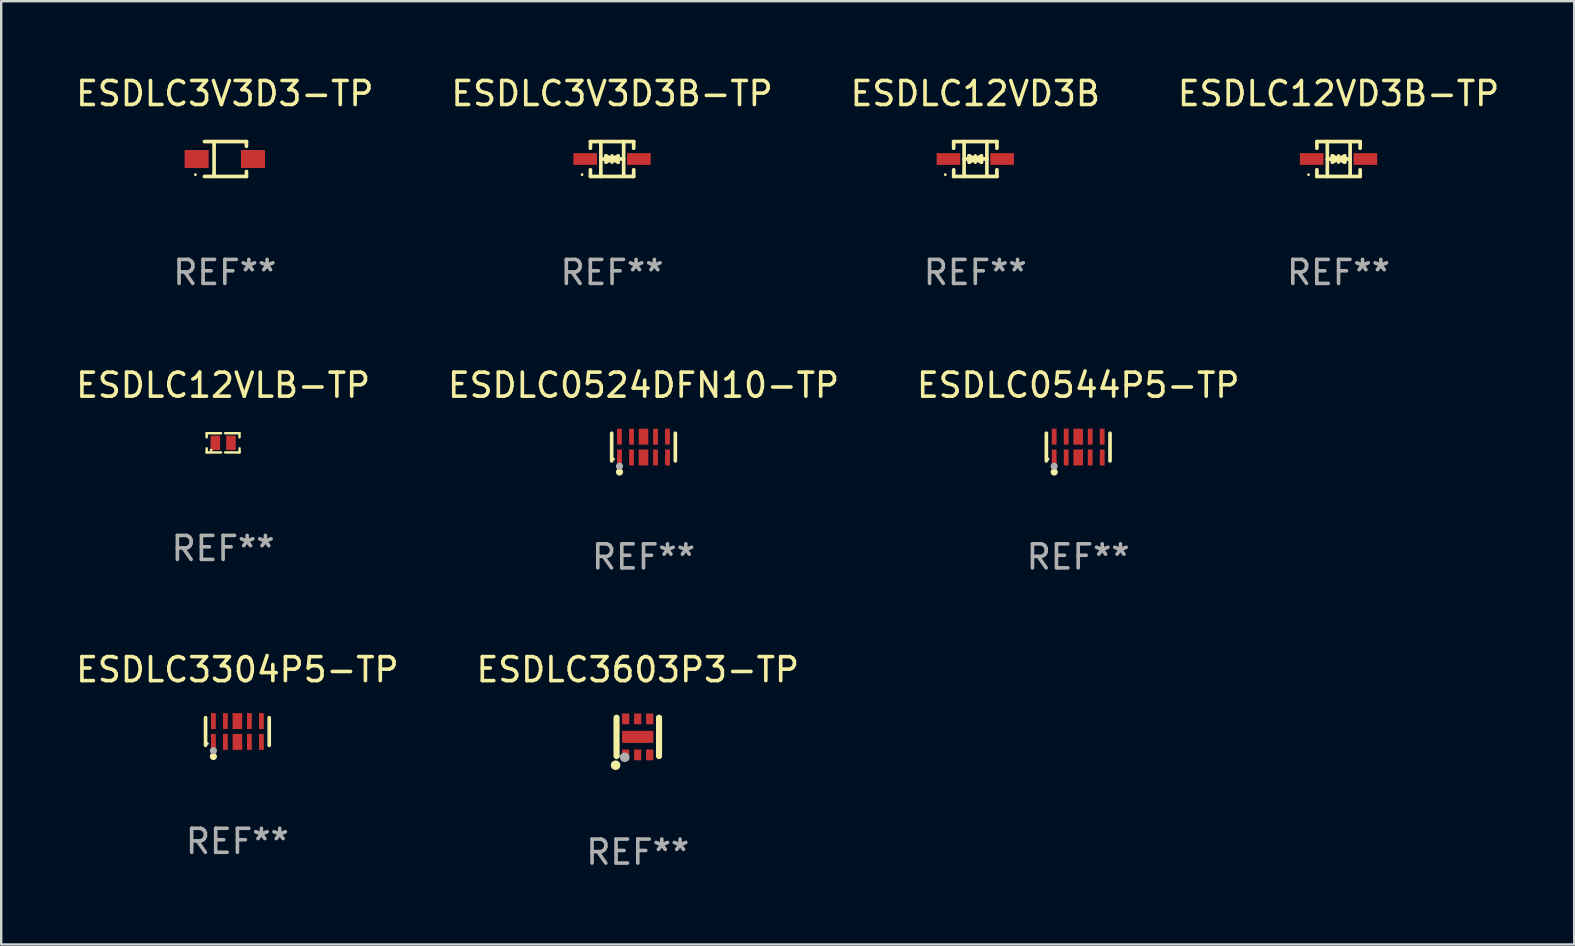
<source format=kicad_pcb>
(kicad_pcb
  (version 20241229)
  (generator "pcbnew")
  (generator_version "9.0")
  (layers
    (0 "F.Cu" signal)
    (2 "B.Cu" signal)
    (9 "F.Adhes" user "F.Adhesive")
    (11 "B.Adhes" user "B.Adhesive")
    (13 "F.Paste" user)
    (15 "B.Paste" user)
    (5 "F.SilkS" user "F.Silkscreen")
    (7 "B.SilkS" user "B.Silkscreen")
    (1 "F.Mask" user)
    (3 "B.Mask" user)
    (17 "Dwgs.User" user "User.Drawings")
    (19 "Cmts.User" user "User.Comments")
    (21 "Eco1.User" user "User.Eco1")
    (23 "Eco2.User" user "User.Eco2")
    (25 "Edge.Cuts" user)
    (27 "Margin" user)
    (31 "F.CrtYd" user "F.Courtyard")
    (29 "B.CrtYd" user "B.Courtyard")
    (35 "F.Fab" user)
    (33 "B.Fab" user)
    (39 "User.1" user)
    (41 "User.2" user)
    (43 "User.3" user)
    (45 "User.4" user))
  (footprint "ESDLC3603P3-TP"
    (layer "F.Cu")
    (at 23.518 27.646)
    (property "Reference" "ESDLC3603P3-TP" (at 0 -2.8 0) (layer "F.SilkS") (effects (font (size 1 1) (thickness 0.15))))
    (attr through_hole)
    (fp_line (start -0.885 0.8) (end -0.885 -0.8) (stroke (width 0.254) (type solid)) (layer "F.SilkS"))
    (fp_line (start 0.885 0.8) (end 0.885 -0.8) (stroke (width 0.254) (type solid)) (layer "F.SilkS"))
    (fp_circle (center -0.925 1.18) (end -0.825 1.18) (stroke (width 0.2) (type solid)) (fill no) (layer "F.SilkS"))
    (fp_circle (center -0.805 0.8) (end -0.775 0.8) (stroke (width 0.06) (type solid)) (fill no) (layer "F.SilkS"))
    (fp_circle (center -0.545 0.85) (end -0.445 0.85) (stroke (width 0.2) (type solid)) (fill no) (layer "F.Fab"))
    (fp_text user "REF**" (at 0 4.8 0) (layer "F.Fab") (effects (font (size 1 1) (thickness 0.15))))
    (pad "1" smd rect (at -0.505 0.75 90) (size 0.45 0.3) (layers "F.Cu" "F.Mask" "F.Paste"))
    (pad "2" smd rect (at -0.005 0.75 90) (size 0.45 0.3) (layers "F.Cu" "F.Mask" "F.Paste"))
    (pad "3" smd rect (at 0.495 0.75 90) (size 0.45 0.3) (layers "F.Cu" "F.Mask" "F.Paste"))
    (pad "4" smd rect (at 0.495 -0.75 90) (size 0.45 0.3) (layers "F.Cu" "F.Mask" "F.Paste"))
    (pad "5" smd rect (at -0.005 -0.75 90) (size 0.45 0.3) (layers "F.Cu" "F.Mask" "F.Paste"))
    (pad "6" smd rect (at -0.505 -0.75 90) (size 0.45 0.3) (layers "F.Cu" "F.Mask" "F.Paste"))
    (pad "7" smd rect (at -0.005 -0.000114 180) (size 1.3 0.5) (layers "F.Cu" "F.Mask" "F.Paste")))
  (footprint "ESDLC12VLB-TP"
    (layer "F.Cu")
    (at 6.244 15.397)
    (property "Reference" "ESDLC12VLB-TP" (at 0 -2.4 0) (layer "F.SilkS") (effects (font (size 1 1) (thickness 0.15))))
    (attr through_hole)
    (fp_line (start -0.685 -0.4) (end -0.685 -0.23) (stroke (width 0.102) (type solid)) (layer "F.SilkS"))
    (fp_line (start -0.685 0.4) (end -0.685 0.23) (stroke (width 0.102) (type solid)) (layer "F.SilkS"))
    (fp_line (start -0.085 -0.4) (end -0.685 -0.4) (stroke (width 0.102) (type solid)) (layer "F.SilkS"))
    (fp_line (start -0.085 0.4) (end -0.685 0.4) (stroke (width 0.102) (type solid)) (layer "F.SilkS"))
    (fp_line (start 0.082 -0.4) (end 0.682 -0.4) (stroke (width 0.102) (type solid)) (layer "F.SilkS"))
    (fp_line (start 0.085 0.4) (end 0.685 0.4) (stroke (width 0.102) (type solid)) (layer "F.SilkS"))
    (fp_line (start 0.682 -0.4) (end 0.682 -0.23) (stroke (width 0.102) (type solid)) (layer "F.SilkS"))
    (fp_line (start 0.685 0.4) (end 0.685 0.23) (stroke (width 0.102) (type solid)) (layer "F.SilkS"))
    (fp_circle (center -0.5 0.3) (end -0.47 0.3) (stroke (width 0.06) (type solid)) (fill no) (layer "F.SilkS"))
    (fp_text user "REF**" (at 0 4.4 0) (layer "F.Fab") (effects (font (size 1 1) (thickness 0.15))))
    (pad "1" smd rect (at -0.325 0) (size 0.4 0.6) (layers "F.Cu" "F.Mask" "F.Paste"))
    (pad "2" smd rect (at 0.325 0) (size 0.4 0.6) (layers "F.Cu" "F.Mask" "F.Paste")))
  (footprint "ESDLC0524DFN10-TP"
    (layer "F.Cu")
    (at 23.756 15.573)
    (property "Reference" "ESDLC0524DFN10-TP" (at 0 -2.576 0) (layer "F.SilkS") (effects (font (size 1 1) (thickness 0.15))))
    (attr through_hole)
    (fp_line (start -1.326 0.576) (end -1.326 -0.576) (stroke (width 0.152) (type solid)) (layer "F.SilkS"))
    (fp_line (start 1.326 0.576) (end 1.326 -0.576) (stroke (width 0.152) (type solid)) (layer "F.SilkS"))
    (fp_circle (center -1.25 0.5) (end -1.22 0.5) (stroke (width 0.06) (type solid)) (fill no) (layer "F.SilkS"))
    (fp_circle (center -1 1.04) (end -0.925 1.04) (stroke (width 0.15) (type solid)) (fill no) (layer "F.SilkS"))
    (fp_circle (center -1 0.8) (end -0.925 0.8) (stroke (width 0.15) (type solid)) (fill no) (layer "F.Fab"))
    (fp_text user "REF**" (at 0 4.576 0) (layer "F.Fab") (effects (font (size 1 1) (thickness 0.15))))
    (pad "1" smd rect (at -1 0.433) (size 0.2 0.665) (layers "F.Cu" "F.Mask" "F.Paste"))
    (pad "2" smd rect (at -0.5 0.433) (size 0.2 0.665) (layers "F.Cu" "F.Mask" "F.Paste"))
    (pad "3" smd rect (at 0 0.433) (size 0.4 0.665) (layers "F.Cu" "F.Mask" "F.Paste"))
    (pad "4" smd rect (at 0.5 0.433) (size 0.2 0.665) (layers "F.Cu" "F.Mask" "F.Paste"))
    (pad "5" smd rect (at 1 0.433) (size 0.2 0.665) (layers "F.Cu" "F.Mask" "F.Paste"))
    (pad "6" smd rect (at 1 -0.433) (size 0.2 0.665) (layers "F.Cu" "F.Mask" "F.Paste"))
    (pad "7" smd rect (at 0.5 -0.433) (size 0.2 0.665) (layers "F.Cu" "F.Mask" "F.Paste"))
    (pad "8" smd rect (at 0 -0.433) (size 0.4 0.665) (layers "F.Cu" "F.Mask" "F.Paste"))
    (pad "9" smd rect (at -0.5 -0.433) (size 0.2 0.665) (layers "F.Cu" "F.Mask" "F.Paste"))
    (pad "10" smd rect (at -1 -0.433) (size 0.2 0.665) (layers "F.Cu" "F.Mask" "F.Paste")))
  (footprint "ESDLC3V3D3-TP"
    (layer "F.Cu")
    (at 6.315 3.574)
    (property "Reference" "ESDLC3V3D3-TP" (at 0 -2.726 0) (layer "F.SilkS") (effects (font (size 1 1) (thickness 0.15))))
    (attr through_hole)
    (fp_line (start -0.851 -0.726) (end 0.901 -0.726) (stroke (width 0.152) (type solid)) (layer "F.SilkS"))
    (fp_line (start -0.851 0.726) (end 0.901 0.726) (stroke (width 0.152) (type solid)) (layer "F.SilkS"))
    (fp_line (start -0.447 -0.726) (end -0.447 0.726) (stroke (width 0.152) (type solid)) (layer "F.SilkS"))
    (fp_line (start 0.901 -0.726) (end 0.901 -0.53) (stroke (width 0.152) (type solid)) (layer "F.SilkS"))
    (fp_line (start 0.901 0.726) (end 0.901 0.52) (stroke (width 0.152) (type solid)) (layer "F.SilkS"))
    (fp_circle (center -1.225 0.65) (end -1.195 0.65) (stroke (width 0.06) (type solid)) (fill no) (layer "F.SilkS"))
    (fp_text user "REF**" (at 0 4.726 0) (layer "F.Fab") (effects (font (size 1 1) (thickness 0.15))))
    (pad "1" smd rect (at -1.173 0) (size 1 0.75) (layers "F.Cu" "F.Mask" "F.Paste"))
    (pad "2" smd rect (at 1.173 0) (size 1 0.75) (layers "F.Cu" "F.Mask" "F.Paste")))
  (footprint "ESDLC3V3D3B-TP"
    (layer "F.Cu")
    (at 22.446 3.574)
    (property "Reference" "ESDLC3V3D3B-TP" (at 0 -2.726 0) (layer "F.SilkS") (effects (font (size 1 1) (thickness 0.15))))
    (attr through_hole)
    (fp_line (start -0.901 -0.726) (end -0.901 -0.448) (stroke (width 0.152) (type solid)) (layer "F.SilkS"))
    (fp_line (start -0.901 0.726) (end -0.901 0.448) (stroke (width 0.152) (type solid)) (layer "F.SilkS"))
    (fp_line (start -0.467 0) (end 0.483 -0.003) (stroke (width 0.154) (type solid)) (layer "F.SilkS"))
    (fp_line (start -0.467 0.726) (end -0.467 -0.726) (stroke (width 0.152) (type solid)) (layer "F.SilkS"))
    (fp_line (start -0.254 -0.127) (end -0.254 -0.127) (stroke (width 0.154) (type solid)) (layer "F.SilkS"))
    (fp_line (start -0.254 -0.127) (end -0.002 -0.003) (stroke (width 0.154) (type solid)) (layer "F.SilkS"))
    (fp_line (start -0.254 0.127) (end -0.254 -0.127) (stroke (width 0.154) (type solid)) (layer "F.SilkS"))
    (fp_line (start -0.127 0) (end 0.003 0) (stroke (width 0.154) (type solid)) (layer "F.SilkS"))
    (fp_line (start -0.003 0) (end -0.254 0.127) (stroke (width 0.154) (type solid)) (layer "F.SilkS"))
    (fp_line (start 0 -0.127) (end 0 0.127) (stroke (width 0.154) (type solid)) (layer "F.SilkS"))
    (fp_line (start 0.003 0) (end 0.254 -0.127) (stroke (width 0.154) (type solid)) (layer "F.SilkS"))
    (fp_line (start 0.127 0) (end -0.003 0) (stroke (width 0.154) (type solid)) (layer "F.SilkS"))
    (fp_line (start 0.254 -0.127) (end 0.254 0.127) (stroke (width 0.154) (type solid)) (layer "F.SilkS"))
    (fp_line (start 0.254 0.127) (end 0.002 0.003) (stroke (width 0.154) (type solid)) (layer "F.SilkS"))
    (fp_line (start 0.254 0.127) (end 0.254 0.127) (stroke (width 0.154) (type solid)) (layer "F.SilkS"))
    (fp_line (start 0.483 0.726) (end 0.483 -0.726) (stroke (width 0.152) (type solid)) (layer "F.SilkS"))
    (fp_line (start 0.901 -0.726) (end -0.901 -0.726) (stroke (width 0.152) (type solid)) (layer "F.SilkS"))
    (fp_line (start 0.901 -0.726) (end 0.901 -0.448) (stroke (width 0.152) (type solid)) (layer "F.SilkS"))
    (fp_line (start 0.901 0.726) (end -0.901 0.726) (stroke (width 0.152) (type solid)) (layer "F.SilkS"))
    (fp_line (start 0.901 0.726) (end 0.901 0.448) (stroke (width 0.152) (type solid)) (layer "F.SilkS"))
    (fp_circle (center -1.25 0.65) (end -1.22 0.65) (stroke (width 0.06) (type solid)) (fill no) (layer "F.SilkS"))
    (fp_text user "REF**" (at 0 4.726 0) (layer "F.Fab") (effects (font (size 1 1) (thickness 0.15))))
    (pad "1" smd rect (at -1.118 0) (size 0.985 0.49) (layers "F.Cu" "F.Mask" "F.Paste"))
    (pad "2" smd rect (at 1.118 0) (size 0.985 0.49) (layers "F.Cu" "F.Mask" "F.Paste")))
  (footprint "ESDLC12VD3B-TP"
    (layer "F.Cu")
    (at 52.708 3.574)
    (property "Reference" "ESDLC12VD3B-TP" (at 0 -2.726 0) (layer "F.SilkS") (effects (font (size 1 1) (thickness 0.15))))
    (attr through_hole)
    (fp_line (start -0.901 -0.726) (end -0.901 -0.448) (stroke (width 0.152) (type solid)) (layer "F.SilkS"))
    (fp_line (start -0.901 0.726) (end -0.901 0.448) (stroke (width 0.152) (type solid)) (layer "F.SilkS"))
    (fp_line (start -0.467 0) (end 0.483 -0.003) (stroke (width 0.154) (type solid)) (layer "F.SilkS"))
    (fp_line (start -0.467 0.726) (end -0.467 -0.726) (stroke (width 0.152) (type solid)) (layer "F.SilkS"))
    (fp_line (start -0.254 -0.127) (end -0.254 -0.127) (stroke (width 0.154) (type solid)) (layer "F.SilkS"))
    (fp_line (start -0.254 -0.127) (end -0.002 -0.003) (stroke (width 0.154) (type solid)) (layer "F.SilkS"))
    (fp_line (start -0.254 0.127) (end -0.254 -0.127) (stroke (width 0.154) (type solid)) (layer "F.SilkS"))
    (fp_line (start -0.127 0) (end 0.003 0) (stroke (width 0.154) (type solid)) (layer "F.SilkS"))
    (fp_line (start -0.003 0) (end -0.254 0.127) (stroke (width 0.154) (type solid)) (layer "F.SilkS"))
    (fp_line (start 0 -0.127) (end 0 0.127) (stroke (width 0.154) (type solid)) (layer "F.SilkS"))
    (fp_line (start 0.003 0) (end 0.254 -0.127) (stroke (width 0.154) (type solid)) (layer "F.SilkS"))
    (fp_line (start 0.127 0) (end -0.003 0) (stroke (width 0.154) (type solid)) (layer "F.SilkS"))
    (fp_line (start 0.254 -0.127) (end 0.254 0.127) (stroke (width 0.154) (type solid)) (layer "F.SilkS"))
    (fp_line (start 0.254 0.127) (end 0.002 0.003) (stroke (width 0.154) (type solid)) (layer "F.SilkS"))
    (fp_line (start 0.254 0.127) (end 0.254 0.127) (stroke (width 0.154) (type solid)) (layer "F.SilkS"))
    (fp_line (start 0.483 0.726) (end 0.483 -0.726) (stroke (width 0.152) (type solid)) (layer "F.SilkS"))
    (fp_line (start 0.901 -0.726) (end -0.901 -0.726) (stroke (width 0.152) (type solid)) (layer "F.SilkS"))
    (fp_line (start 0.901 -0.726) (end 0.901 -0.448) (stroke (width 0.152) (type solid)) (layer "F.SilkS"))
    (fp_line (start 0.901 0.726) (end -0.901 0.726) (stroke (width 0.152) (type solid)) (layer "F.SilkS"))
    (fp_line (start 0.901 0.726) (end 0.901 0.448) (stroke (width 0.152) (type solid)) (layer "F.SilkS"))
    (fp_circle (center -1.25 0.65) (end -1.22 0.65) (stroke (width 0.06) (type solid)) (fill no) (layer "F.SilkS"))
    (fp_text user "REF**" (at 0 4.726 0) (layer "F.Fab") (effects (font (size 1 1) (thickness 0.15))))
    (pad "1" smd rect (at -1.118 0) (size 0.985 0.49) (layers "F.Cu" "F.Mask" "F.Paste"))
    (pad "2" smd rect (at 1.118 0) (size 0.985 0.49) (layers "F.Cu" "F.Mask" "F.Paste")))
  (footprint "ESDLC3304P5-TP"
    (layer "F.Cu")
    (at 6.839 27.422)
    (property "Reference" "ESDLC3304P5-TP" (at 0 -2.576 0) (layer "F.SilkS") (effects (font (size 1 1) (thickness 0.15))))
    (attr through_hole)
    (fp_line (start -1.326 0.576) (end -1.326 -0.576) (stroke (width 0.152) (type solid)) (layer "F.SilkS"))
    (fp_line (start 1.326 0.576) (end 1.326 -0.576) (stroke (width 0.152) (type solid)) (layer "F.SilkS"))
    (fp_circle (center -1.25 0.5) (end -1.22 0.5) (stroke (width 0.06) (type solid)) (fill no) (layer "F.SilkS"))
    (fp_circle (center -1 1.04) (end -0.925 1.04) (stroke (width 0.15) (type solid)) (fill no) (layer "F.SilkS"))
    (fp_circle (center -1 0.8) (end -0.925 0.8) (stroke (width 0.15) (type solid)) (fill no) (layer "F.Fab"))
    (fp_text user "REF**" (at 0 4.576 0) (layer "F.Fab") (effects (font (size 1 1) (thickness 0.15))))
    (pad "1" smd rect (at -1 0.433) (size 0.2 0.665) (layers "F.Cu" "F.Mask" "F.Paste"))
    (pad "2" smd rect (at -0.5 0.433) (size 0.2 0.665) (layers "F.Cu" "F.Mask" "F.Paste"))
    (pad "3" smd rect (at 0 0.433) (size 0.4 0.665) (layers "F.Cu" "F.Mask" "F.Paste"))
    (pad "4" smd rect (at 0.5 0.433) (size 0.2 0.665) (layers "F.Cu" "F.Mask" "F.Paste"))
    (pad "5" smd rect (at 1 0.433) (size 0.2 0.665) (layers "F.Cu" "F.Mask" "F.Paste"))
    (pad "6" smd rect (at 1 -0.433) (size 0.2 0.665) (layers "F.Cu" "F.Mask" "F.Paste"))
    (pad "7" smd rect (at 0.5 -0.433) (size 0.2 0.665) (layers "F.Cu" "F.Mask" "F.Paste"))
    (pad "8" smd rect (at 0 -0.433) (size 0.4 0.665) (layers "F.Cu" "F.Mask" "F.Paste"))
    (pad "9" smd rect (at -0.5 -0.433) (size 0.2 0.665) (layers "F.Cu" "F.Mask" "F.Paste"))
    (pad "10" smd rect (at -1 -0.433) (size 0.2 0.665) (layers "F.Cu" "F.Mask" "F.Paste")))
  (footprint "ESDLC12VD3B"
    (layer "F.Cu")
    (at 37.577 3.574)
    (property "Reference" "ESDLC12VD3B" (at 0 -2.726 0) (layer "F.SilkS") (effects (font (size 1 1) (thickness 0.15))))
    (attr through_hole)
    (fp_line (start -0.901 -0.726) (end -0.901 -0.448) (stroke (width 0.152) (type solid)) (layer "F.SilkS"))
    (fp_line (start -0.901 0.726) (end -0.901 0.448) (stroke (width 0.152) (type solid)) (layer "F.SilkS"))
    (fp_line (start -0.467 0) (end 0.483 -0.003) (stroke (width 0.154) (type solid)) (layer "F.SilkS"))
    (fp_line (start -0.467 0.726) (end -0.467 -0.726) (stroke (width 0.152) (type solid)) (layer "F.SilkS"))
    (fp_line (start -0.254 -0.127) (end -0.254 -0.127) (stroke (width 0.154) (type solid)) (layer "F.SilkS"))
    (fp_line (start -0.254 -0.127) (end -0.002 -0.003) (stroke (width 0.154) (type solid)) (layer "F.SilkS"))
    (fp_line (start -0.254 0.127) (end -0.254 -0.127) (stroke (width 0.154) (type solid)) (layer "F.SilkS"))
    (fp_line (start -0.127 0) (end 0.003 0) (stroke (width 0.154) (type solid)) (layer "F.SilkS"))
    (fp_line (start -0.003 0) (end -0.254 0.127) (stroke (width 0.154) (type solid)) (layer "F.SilkS"))
    (fp_line (start 0 -0.127) (end 0 0.127) (stroke (width 0.154) (type solid)) (layer "F.SilkS"))
    (fp_line (start 0.003 0) (end 0.254 -0.127) (stroke (width 0.154) (type solid)) (layer "F.SilkS"))
    (fp_line (start 0.127 0) (end -0.003 0) (stroke (width 0.154) (type solid)) (layer "F.SilkS"))
    (fp_line (start 0.254 -0.127) (end 0.254 0.127) (stroke (width 0.154) (type solid)) (layer "F.SilkS"))
    (fp_line (start 0.254 0.127) (end 0.002 0.003) (stroke (width 0.154) (type solid)) (layer "F.SilkS"))
    (fp_line (start 0.254 0.127) (end 0.254 0.127) (stroke (width 0.154) (type solid)) (layer "F.SilkS"))
    (fp_line (start 0.483 0.726) (end 0.483 -0.726) (stroke (width 0.152) (type solid)) (layer "F.SilkS"))
    (fp_line (start 0.901 -0.726) (end -0.901 -0.726) (stroke (width 0.152) (type solid)) (layer "F.SilkS"))
    (fp_line (start 0.901 -0.726) (end 0.901 -0.448) (stroke (width 0.152) (type solid)) (layer "F.SilkS"))
    (fp_line (start 0.901 0.726) (end -0.901 0.726) (stroke (width 0.152) (type solid)) (layer "F.SilkS"))
    (fp_line (start 0.901 0.726) (end 0.901 0.448) (stroke (width 0.152) (type solid)) (layer "F.SilkS"))
    (fp_circle (center -1.25 0.65) (end -1.22 0.65) (stroke (width 0.06) (type solid)) (fill no) (layer "F.SilkS"))
    (fp_text user "REF**" (at 0 4.726 0) (layer "F.Fab") (effects (font (size 1 1) (thickness 0.15))))
    (pad "1" smd rect (at -1.118 0) (size 0.985 0.49) (layers "F.Cu" "F.Mask" "F.Paste"))
    (pad "2" smd rect (at 1.118 0) (size 0.985 0.49) (layers "F.Cu" "F.Mask" "F.Paste")))
  (footprint "ESDLC0544P5-TP"
    (layer "F.Cu")
    (at 41.863 15.573)
    (property "Reference" "ESDLC0544P5-TP" (at 0 -2.576 0) (layer "F.SilkS") (effects (font (size 1 1) (thickness 0.15))))
    (attr through_hole)
    (fp_line (start -1.326 0.576) (end -1.326 -0.576) (stroke (width 0.152) (type solid)) (layer "F.SilkS"))
    (fp_line (start 1.326 0.576) (end 1.326 -0.576) (stroke (width 0.152) (type solid)) (layer "F.SilkS"))
    (fp_circle (center -1.25 0.5) (end -1.22 0.5) (stroke (width 0.06) (type solid)) (fill no) (layer "F.SilkS"))
    (fp_circle (center -1 1.04) (end -0.925 1.04) (stroke (width 0.15) (type solid)) (fill no) (layer "F.SilkS"))
    (fp_circle (center -1 0.8) (end -0.925 0.8) (stroke (width 0.15) (type solid)) (fill no) (layer "F.Fab"))
    (fp_text user "REF**" (at 0 4.576 0) (layer "F.Fab") (effects (font (size 1 1) (thickness 0.15))))
    (pad "1" smd rect (at -1 0.433) (size 0.2 0.665) (layers "F.Cu" "F.Mask" "F.Paste"))
    (pad "2" smd rect (at -0.5 0.433) (size 0.2 0.665) (layers "F.Cu" "F.Mask" "F.Paste"))
    (pad "3" smd rect (at 0 0.433) (size 0.4 0.665) (layers "F.Cu" "F.Mask" "F.Paste"))
    (pad "4" smd rect (at 0.5 0.433) (size 0.2 0.665) (layers "F.Cu" "F.Mask" "F.Paste"))
    (pad "5" smd rect (at 1 0.433) (size 0.2 0.665) (layers "F.Cu" "F.Mask" "F.Paste"))
    (pad "6" smd rect (at 1 -0.433) (size 0.2 0.665) (layers "F.Cu" "F.Mask" "F.Paste"))
    (pad "7" smd rect (at 0.5 -0.433) (size 0.2 0.665) (layers "F.Cu" "F.Mask" "F.Paste"))
    (pad "8" smd rect (at 0 -0.433) (size 0.4 0.665) (layers "F.Cu" "F.Mask" "F.Paste"))
    (pad "9" smd rect (at -0.5 -0.433) (size 0.2 0.665) (layers "F.Cu" "F.Mask" "F.Paste"))
    (pad "10" smd rect (at -1 -0.433) (size 0.2 0.665) (layers "F.Cu" "F.Mask" "F.Paste")))
  (gr_rect
    (start -3 -3)
    (end 62.524 36.294)
    (stroke (width 0.1) (type default))
    (fill no)
    (layer "Edge.Cuts")))
</source>
